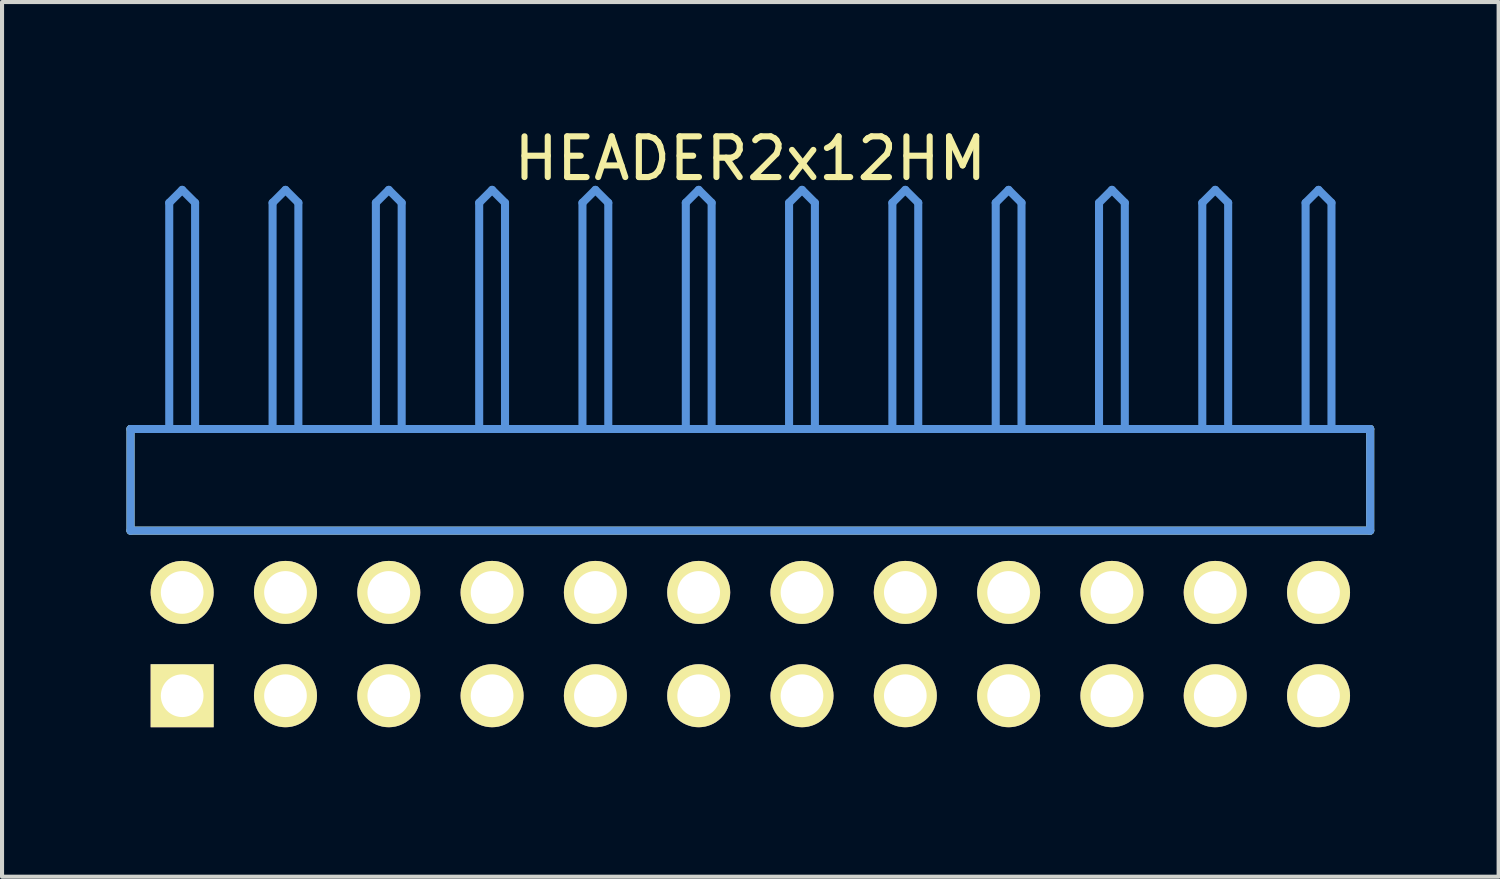
<source format=kicad_pcb>
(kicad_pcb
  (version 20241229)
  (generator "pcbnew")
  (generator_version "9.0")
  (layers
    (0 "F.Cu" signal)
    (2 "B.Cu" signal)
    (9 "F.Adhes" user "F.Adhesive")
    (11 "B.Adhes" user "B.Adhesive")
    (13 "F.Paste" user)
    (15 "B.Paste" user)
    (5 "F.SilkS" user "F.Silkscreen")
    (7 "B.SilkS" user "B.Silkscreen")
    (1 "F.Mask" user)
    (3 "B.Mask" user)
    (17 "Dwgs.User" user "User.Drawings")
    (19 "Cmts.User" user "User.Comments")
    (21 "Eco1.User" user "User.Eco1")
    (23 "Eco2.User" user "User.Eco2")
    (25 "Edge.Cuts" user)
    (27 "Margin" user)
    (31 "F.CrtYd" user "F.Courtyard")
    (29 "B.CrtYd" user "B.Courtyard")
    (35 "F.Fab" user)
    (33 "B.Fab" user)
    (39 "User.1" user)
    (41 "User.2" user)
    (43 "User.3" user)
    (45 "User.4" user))
  (footprint "HEADER2x12HM"
    (layer "F.Cu")
    (at 1.429 14.056)
    (property "Reference" "HEADER2x12HM" (at 13.97 -13.208 0) (layer "F.SilkS") (effects (font (size 1.001 1.001) (thickness 0.15))))
    (attr through_hole)
    (fp_line (start -1.27 -6.558) (end -1.27 -4.059) (stroke (width 0.198) (type solid)) (layer "F.SilkS"))
    (fp_line (start -1.27 -4.059) (end 29.21 -4.059) (stroke (width 0.198) (type solid)) (layer "F.SilkS"))
    (fp_line (start 29.21 -6.558) (end -1.27 -6.558) (stroke (width 0.198) (type solid)) (layer "F.SilkS"))
    (fp_line (start 29.21 -4.059) (end 29.21 -6.558) (stroke (width 0.198) (type solid)) (layer "F.SilkS"))
    (fp_line (start -1.27 -6.558) (end -1.27 -4.059) (stroke (width 0.198) (type solid)) (layer "Cmts.User"))
    (fp_line (start -1.27 -4.059) (end 29.21 -4.059) (stroke (width 0.198) (type solid)) (layer "Cmts.User"))
    (fp_line (start -0.318 -12.121) (end 0 -12.438) (stroke (width 0.198) (type solid)) (layer "Cmts.User"))
    (fp_line (start -0.318 -6.599) (end -0.318 -12.121) (stroke (width 0.198) (type solid)) (layer "Cmts.User"))
    (fp_line (start 0.318 -12.121) (end 0 -12.438) (stroke (width 0.198) (type solid)) (layer "Cmts.User"))
    (fp_line (start 0.318 -6.599) (end 0.318 -12.121) (stroke (width 0.198) (type solid)) (layer "Cmts.User"))
    (fp_line (start 2.223 -12.121) (end 2.54 -12.438) (stroke (width 0.198) (type solid)) (layer "Cmts.User"))
    (fp_line (start 2.223 -6.599) (end 2.223 -12.121) (stroke (width 0.198) (type solid)) (layer "Cmts.User"))
    (fp_line (start 2.857 -12.121) (end 2.54 -12.438) (stroke (width 0.198) (type solid)) (layer "Cmts.User"))
    (fp_line (start 2.857 -6.599) (end 2.857 -12.121) (stroke (width 0.198) (type solid)) (layer "Cmts.User"))
    (fp_line (start 4.763 -12.121) (end 5.08 -12.438) (stroke (width 0.198) (type solid)) (layer "Cmts.User"))
    (fp_line (start 4.763 -6.599) (end 4.763 -12.121) (stroke (width 0.198) (type solid)) (layer "Cmts.User"))
    (fp_line (start 5.397 -12.121) (end 5.08 -12.438) (stroke (width 0.198) (type solid)) (layer "Cmts.User"))
    (fp_line (start 5.397 -6.599) (end 5.397 -12.121) (stroke (width 0.198) (type solid)) (layer "Cmts.User"))
    (fp_line (start 7.303 -12.121) (end 7.62 -12.438) (stroke (width 0.198) (type solid)) (layer "Cmts.User"))
    (fp_line (start 7.303 -6.599) (end 7.303 -12.121) (stroke (width 0.198) (type solid)) (layer "Cmts.User"))
    (fp_line (start 7.938 -12.121) (end 7.62 -12.438) (stroke (width 0.198) (type solid)) (layer "Cmts.User"))
    (fp_line (start 7.938 -6.599) (end 7.938 -12.121) (stroke (width 0.198) (type solid)) (layer "Cmts.User"))
    (fp_line (start 9.842 -12.121) (end 10.16 -12.438) (stroke (width 0.198) (type solid)) (layer "Cmts.User"))
    (fp_line (start 9.842 -6.599) (end 9.842 -12.121) (stroke (width 0.198) (type solid)) (layer "Cmts.User"))
    (fp_line (start 10.477 -12.121) (end 10.16 -12.438) (stroke (width 0.198) (type solid)) (layer "Cmts.User"))
    (fp_line (start 10.477 -6.599) (end 10.477 -12.121) (stroke (width 0.198) (type solid)) (layer "Cmts.User"))
    (fp_line (start 12.383 -12.121) (end 12.7 -12.438) (stroke (width 0.198) (type solid)) (layer "Cmts.User"))
    (fp_line (start 12.383 -6.599) (end 12.383 -12.121) (stroke (width 0.198) (type solid)) (layer "Cmts.User"))
    (fp_line (start 13.018 -12.121) (end 12.7 -12.438) (stroke (width 0.198) (type solid)) (layer "Cmts.User"))
    (fp_line (start 13.018 -6.599) (end 13.018 -12.121) (stroke (width 0.198) (type solid)) (layer "Cmts.User"))
    (fp_line (start 14.922 -12.121) (end 15.24 -12.438) (stroke (width 0.198) (type solid)) (layer "Cmts.User"))
    (fp_line (start 14.922 -6.599) (end 14.922 -12.121) (stroke (width 0.198) (type solid)) (layer "Cmts.User"))
    (fp_line (start 15.557 -12.121) (end 15.24 -12.438) (stroke (width 0.198) (type solid)) (layer "Cmts.User"))
    (fp_line (start 15.557 -6.599) (end 15.557 -12.121) (stroke (width 0.198) (type solid)) (layer "Cmts.User"))
    (fp_line (start 17.462 -12.121) (end 17.78 -12.438) (stroke (width 0.198) (type solid)) (layer "Cmts.User"))
    (fp_line (start 17.462 -6.599) (end 17.462 -12.121) (stroke (width 0.198) (type solid)) (layer "Cmts.User"))
    (fp_line (start 18.098 -12.121) (end 17.78 -12.438) (stroke (width 0.198) (type solid)) (layer "Cmts.User"))
    (fp_line (start 18.098 -6.599) (end 18.098 -12.121) (stroke (width 0.198) (type solid)) (layer "Cmts.User"))
    (fp_line (start 20.003 -12.121) (end 20.32 -12.438) (stroke (width 0.198) (type solid)) (layer "Cmts.User"))
    (fp_line (start 20.003 -6.599) (end 20.003 -12.121) (stroke (width 0.198) (type solid)) (layer "Cmts.User"))
    (fp_line (start 20.637 -12.121) (end 20.32 -12.438) (stroke (width 0.198) (type solid)) (layer "Cmts.User"))
    (fp_line (start 20.637 -6.599) (end 20.637 -12.121) (stroke (width 0.198) (type solid)) (layer "Cmts.User"))
    (fp_line (start 22.543 -12.121) (end 22.86 -12.438) (stroke (width 0.198) (type solid)) (layer "Cmts.User"))
    (fp_line (start 22.543 -6.599) (end 22.543 -12.121) (stroke (width 0.198) (type solid)) (layer "Cmts.User"))
    (fp_line (start 23.177 -12.121) (end 22.86 -12.438) (stroke (width 0.198) (type solid)) (layer "Cmts.User"))
    (fp_line (start 23.177 -6.599) (end 23.177 -12.121) (stroke (width 0.198) (type solid)) (layer "Cmts.User"))
    (fp_line (start 25.082 -12.121) (end 25.4 -12.438) (stroke (width 0.198) (type solid)) (layer "Cmts.User"))
    (fp_line (start 25.082 -6.599) (end 25.082 -12.121) (stroke (width 0.198) (type solid)) (layer "Cmts.User"))
    (fp_line (start 25.718 -12.121) (end 25.4 -12.438) (stroke (width 0.198) (type solid)) (layer "Cmts.User"))
    (fp_line (start 25.718 -6.599) (end 25.718 -12.121) (stroke (width 0.198) (type solid)) (layer "Cmts.User"))
    (fp_line (start 27.622 -12.121) (end 27.94 -12.438) (stroke (width 0.198) (type solid)) (layer "Cmts.User"))
    (fp_line (start 27.622 -6.599) (end 27.622 -12.121) (stroke (width 0.198) (type solid)) (layer "Cmts.User"))
    (fp_line (start 28.258 -12.121) (end 27.94 -12.438) (stroke (width 0.198) (type solid)) (layer "Cmts.User"))
    (fp_line (start 28.258 -6.599) (end 28.258 -12.121) (stroke (width 0.198) (type solid)) (layer "Cmts.User"))
    (fp_line (start 29.21 -6.558) (end -1.27 -6.558) (stroke (width 0.198) (type solid)) (layer "Cmts.User"))
    (fp_line (start 29.21 -4.059) (end 29.21 -6.558) (stroke (width 0.198) (type solid)) (layer "Cmts.User"))
    (fp_line (start -1.379 -12.54) (end 29.319 -12.54) (stroke (width 0.099) (type solid)) (layer "Eco1.User"))
    (fp_line (start -1.379 1.4) (end -1.379 -12.54) (stroke (width 0.099) (type solid)) (layer "Eco1.User"))
    (fp_line (start 29.319 -12.54) (end 29.319 1.4) (stroke (width 0.099) (type solid)) (layer "Eco1.User"))
    (fp_line (start 29.319 1.4) (end -1.379 1.4) (stroke (width 0.099) (type solid)) (layer "Eco1.User"))
    (pad "1" thru_hole rect (at 0 0) (size 1.549 1.549) (drill 1.049) (layers "*.Cu" "*.Mask" "F.SilkS"))
    (pad "2" thru_hole circle (at 0 -2.54) (size 1.549 1.549) (drill 1.049) (layers "*.Cu" "*.Mask" "F.SilkS"))
    (pad "3" thru_hole circle (at 2.54 0) (size 1.549 1.549) (drill 1.049) (layers "*.Cu" "*.Mask" "F.SilkS"))
    (pad "4" thru_hole circle (at 2.54 -2.54) (size 1.549 1.549) (drill 1.049) (layers "*.Cu" "*.Mask" "F.SilkS"))
    (pad "5" thru_hole circle (at 5.08 0) (size 1.549 1.549) (drill 1.049) (layers "*.Cu" "*.Mask" "F.SilkS"))
    (pad "6" thru_hole circle (at 5.08 -2.54) (size 1.549 1.549) (drill 1.049) (layers "*.Cu" "*.Mask" "F.SilkS"))
    (pad "7" thru_hole circle (at 7.62 0) (size 1.549 1.549) (drill 1.049) (layers "*.Cu" "*.Mask" "F.SilkS"))
    (pad "8" thru_hole circle (at 7.62 -2.54) (size 1.549 1.549) (drill 1.049) (layers "*.Cu" "*.Mask" "F.SilkS"))
    (pad "9" thru_hole circle (at 10.16 0) (size 1.549 1.549) (drill 1.049) (layers "*.Cu" "*.Mask" "F.SilkS"))
    (pad "10" thru_hole circle (at 10.16 -2.54) (size 1.549 1.549) (drill 1.049) (layers "*.Cu" "*.Mask" "F.SilkS"))
    (pad "11" thru_hole circle (at 12.7 0) (size 1.549 1.549) (drill 1.049) (layers "*.Cu" "*.Mask" "F.SilkS"))
    (pad "12" thru_hole circle (at 12.7 -2.54) (size 1.549 1.549) (drill 1.049) (layers "*.Cu" "*.Mask" "F.SilkS"))
    (pad "13" thru_hole circle (at 15.24 0) (size 1.549 1.549) (drill 1.049) (layers "*.Cu" "*.Mask" "F.SilkS"))
    (pad "14" thru_hole circle (at 15.24 -2.54) (size 1.549 1.549) (drill 1.049) (layers "*.Cu" "*.Mask" "F.SilkS"))
    (pad "15" thru_hole circle (at 17.78 0) (size 1.549 1.549) (drill 1.049) (layers "*.Cu" "*.Mask" "F.SilkS"))
    (pad "16" thru_hole circle (at 17.78 -2.54) (size 1.549 1.549) (drill 1.049) (layers "*.Cu" "*.Mask" "F.SilkS"))
    (pad "17" thru_hole circle (at 20.32 0) (size 1.549 1.549) (drill 1.049) (layers "*.Cu" "*.Mask" "F.SilkS"))
    (pad "18" thru_hole circle (at 20.32 -2.54) (size 1.549 1.549) (drill 1.049) (layers "*.Cu" "*.Mask" "F.SilkS"))
    (pad "19" thru_hole circle (at 22.86 0) (size 1.549 1.549) (drill 1.049) (layers "*.Cu" "*.Mask" "F.SilkS"))
    (pad "20" thru_hole circle (at 22.86 -2.54) (size 1.549 1.549) (drill 1.049) (layers "*.Cu" "*.Mask" "F.SilkS"))
    (pad "21" thru_hole circle (at 25.4 0) (size 1.549 1.549) (drill 1.049) (layers "*.Cu" "*.Mask" "F.SilkS"))
    (pad "22" thru_hole circle (at 25.4 -2.54) (size 1.549 1.549) (drill 1.049) (layers "*.Cu" "*.Mask" "F.SilkS"))
    (pad "23" thru_hole circle (at 27.94 0) (size 1.549 1.549) (drill 1.049) (layers "*.Cu" "*.Mask" "F.SilkS"))
    (pad "24" thru_hole circle (at 27.94 -2.54) (size 1.549 1.549) (drill 1.049) (layers "*.Cu" "*.Mask" "F.SilkS")))
  (gr_rect
    (start -3 -3)
    (end 33.797 18.506)
    (stroke (width 0.1) (type default))
    (fill no)
    (layer "Edge.Cuts")))
</source>
